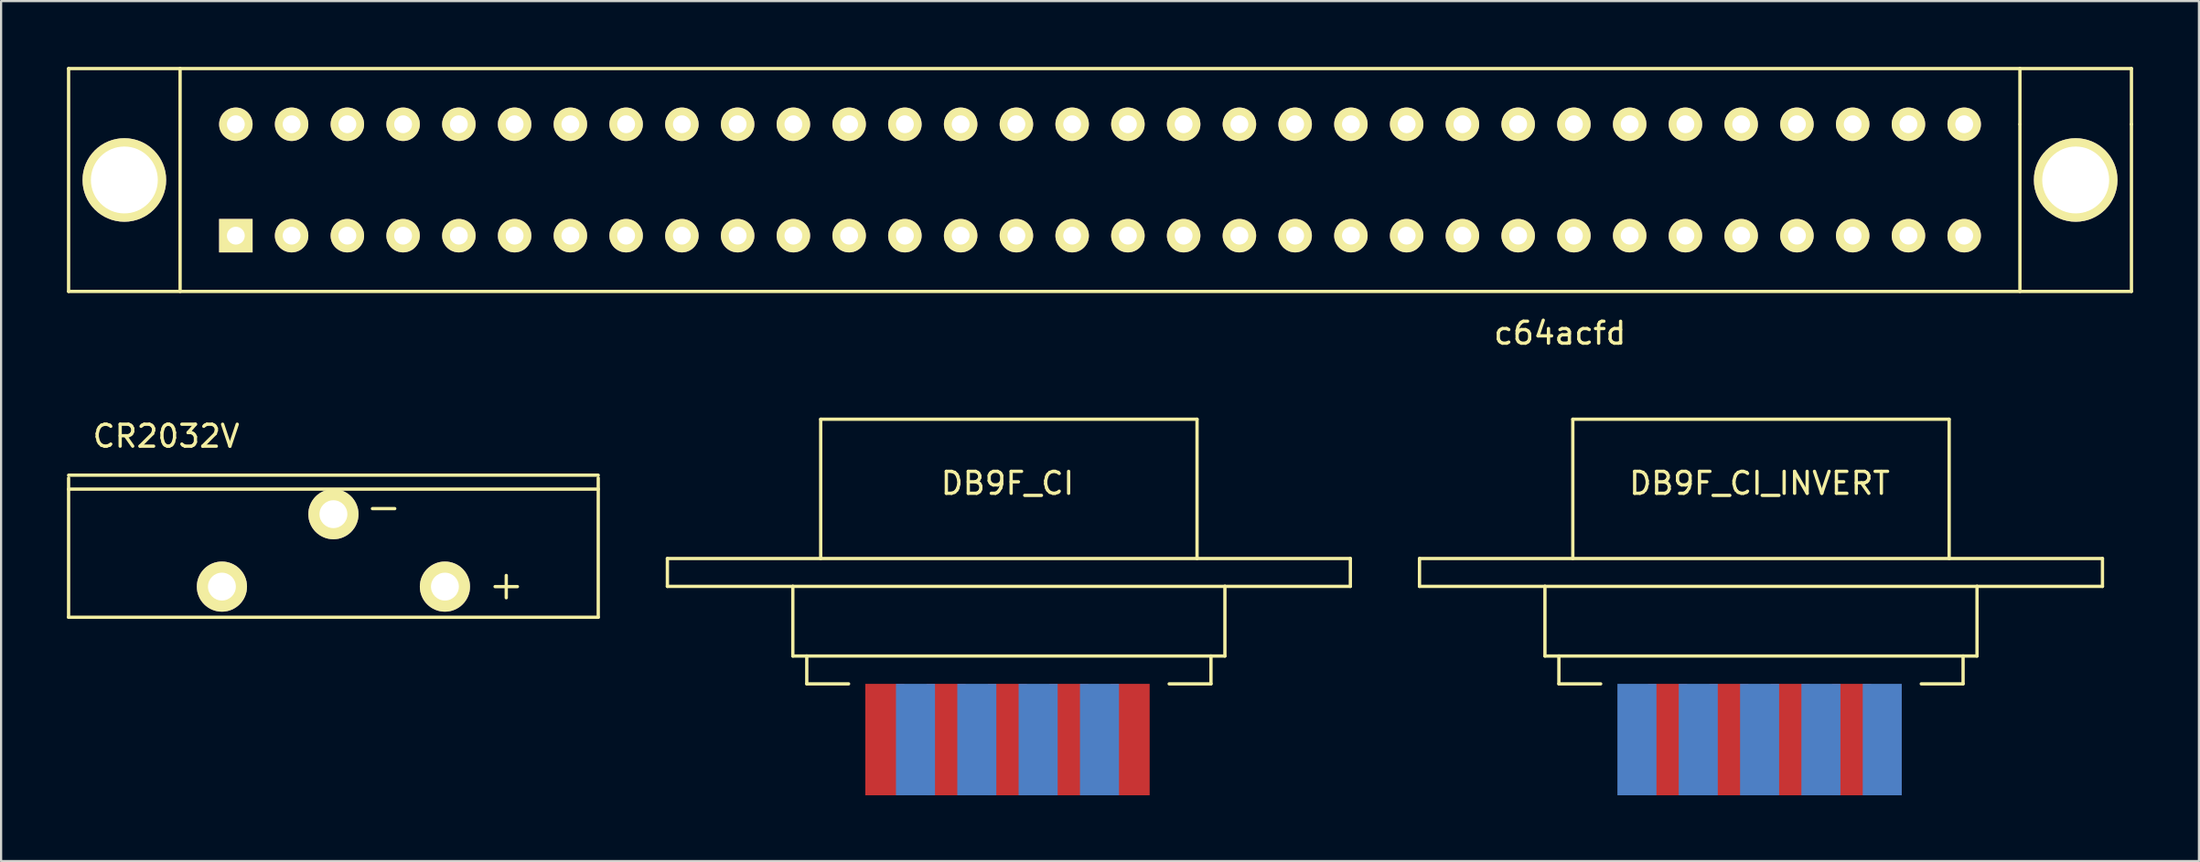
<source format=kicad_pcb>
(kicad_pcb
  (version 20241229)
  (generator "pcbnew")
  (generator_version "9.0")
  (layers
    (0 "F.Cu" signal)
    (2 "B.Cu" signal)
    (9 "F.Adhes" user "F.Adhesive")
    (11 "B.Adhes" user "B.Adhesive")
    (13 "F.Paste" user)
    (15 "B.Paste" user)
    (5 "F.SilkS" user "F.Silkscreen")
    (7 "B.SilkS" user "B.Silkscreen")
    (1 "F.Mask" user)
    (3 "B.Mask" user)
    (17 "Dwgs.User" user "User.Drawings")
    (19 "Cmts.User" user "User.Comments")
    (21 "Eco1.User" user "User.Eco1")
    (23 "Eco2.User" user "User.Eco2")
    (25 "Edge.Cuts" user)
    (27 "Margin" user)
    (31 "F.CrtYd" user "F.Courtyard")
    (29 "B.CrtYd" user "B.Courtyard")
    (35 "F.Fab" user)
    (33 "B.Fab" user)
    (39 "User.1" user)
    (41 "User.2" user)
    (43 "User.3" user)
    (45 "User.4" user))
  (footprint "CR2032V"
    (layer "F.Cu")
    (at 12.14 21.916)
    (property "Reference" "CR2032V" (at -7.62 -5.08 0) (layer "F.SilkS") (effects (font (size 1 1) (thickness 0.15))))
    (attr through_hole)
    (fp_line (start -12.065 -3.302) (end 12.065 -3.302) (stroke (width 0.15) (type solid)) (layer "F.SilkS"))
    (fp_line (start -12.065 -3.175) (end -12.065 3.175) (stroke (width 0.15) (type solid)) (layer "F.SilkS"))
    (fp_line (start -12.065 3.175) (end 12.065 3.175) (stroke (width 0.15) (type solid)) (layer "F.SilkS"))
    (fp_line (start 1.778 -1.778) (end 2.794 -1.778) (stroke (width 0.15) (type solid)) (layer "F.SilkS"))
    (fp_line (start 7.366 1.778) (end 8.382 1.778) (stroke (width 0.15) (type solid)) (layer "F.SilkS"))
    (fp_line (start 7.874 2.286) (end 7.874 1.27) (stroke (width 0.15) (type solid)) (layer "F.SilkS"))
    (fp_line (start 12.065 -2.667) (end -12.065 -2.667) (stroke (width 0.15) (type solid)) (layer "F.SilkS"))
    (fp_line (start 12.065 3.175) (end 12.065 -3.175) (stroke (width 0.15) (type solid)) (layer "F.SilkS"))
    (pad "1" thru_hole circle (at -5.08 1.778) (size 2.286 2.286) (drill 1.27) (layers "*.Cu" "*.Mask" "F.SilkS"))
    (pad "1" thru_hole circle (at 5.08 1.778) (size 2.286 2.286) (drill 1.27) (layers "*.Cu" "*.Mask" "F.SilkS"))
    (pad "2" thru_hole circle (at 0 -1.524) (size 2.286 2.286) (drill 1.27) (layers "*.Cu" "*.Mask" "F.SilkS")))
  (footprint "DB9F_CI_INVERT"
    (layer "F.Cu")
    (at 77.114 28.128)
    (property "Reference" "DB9F_CI_INVERT" (at 0 -9.144 0) (layer "F.SilkS") (effects (font (size 1 1) (thickness 0.15))))
    (attr through_hole)
    (fp_line (start -15.494 -5.715) (end 15.621 -5.715) (stroke (width 0.15) (type solid)) (layer "F.SilkS"))
    (fp_line (start -15.494 -4.445) (end -15.494 -5.715) (stroke (width 0.15) (type solid)) (layer "F.SilkS"))
    (fp_line (start -9.779 -4.445) (end -15.494 -4.445) (stroke (width 0.15) (type solid)) (layer "F.SilkS"))
    (fp_line (start -9.779 -1.27) (end -9.779 -4.445) (stroke (width 0.15) (type solid)) (layer "F.SilkS"))
    (fp_line (start -9.144 -1.27) (end -9.779 -1.27) (stroke (width 0.15) (type solid)) (layer "F.SilkS"))
    (fp_line (start -9.144 0) (end -9.144 -1.27) (stroke (width 0.15) (type solid)) (layer "F.SilkS"))
    (fp_line (start -8.509 -12.065) (end 8.636 -12.065) (stroke (width 0.15) (type solid)) (layer "F.SilkS"))
    (fp_line (start -8.509 -5.715) (end -8.509 -12.065) (stroke (width 0.15) (type solid)) (layer "F.SilkS"))
    (fp_line (start -7.239 0) (end -9.144 0) (stroke (width 0.15) (type solid)) (layer "F.SilkS"))
    (fp_line (start 7.366 0) (end 9.271 0) (stroke (width 0.15) (type solid)) (layer "F.SilkS"))
    (fp_line (start 8.636 -5.715) (end 8.636 -12.065) (stroke (width 0.15) (type solid)) (layer "F.SilkS"))
    (fp_line (start 9.271 -1.27) (end -9.144 -1.27) (stroke (width 0.15) (type solid)) (layer "F.SilkS"))
    (fp_line (start 9.271 0) (end 9.271 -1.27) (stroke (width 0.15) (type solid)) (layer "F.SilkS"))
    (fp_line (start 9.906 -4.445) (end -9.779 -4.445) (stroke (width 0.15) (type solid)) (layer "F.SilkS"))
    (fp_line (start 9.906 -1.27) (end 9.271 -1.27) (stroke (width 0.15) (type solid)) (layer "F.SilkS"))
    (fp_line (start 9.906 -1.27) (end 9.906 -4.445) (stroke (width 0.15) (type solid)) (layer "F.SilkS"))
    (fp_line (start 15.621 -4.445) (end 9.906 -4.445) (stroke (width 0.15) (type solid)) (layer "F.SilkS"))
    (fp_line (start 15.621 -4.445) (end 15.621 -5.715) (stroke (width 0.15) (type solid)) (layer "F.SilkS"))
    (pad "1" connect rect (at 5.588 2.54) (size 1.778 5.08) (layers "B.Cu" "B.Mask"))
    (pad "2" connect rect (at 2.794 2.54) (size 1.778 5.08) (layers "B.Cu" "B.Mask"))
    (pad "3" connect rect (at 0 2.54) (size 1.778 5.08) (layers "B.Cu" "B.Mask"))
    (pad "4" connect rect (at -2.794 2.54) (size 1.778 5.08) (layers "B.Cu" "B.Mask"))
    (pad "5" connect rect (at -5.588 2.54) (size 1.778 5.08) (layers "B.Cu" "B.Mask"))
    (pad "6" connect rect (at 4.191 2.54) (size 1.778 5.08) (layers "F.Cu" "F.Mask"))
    (pad "7" connect rect (at 1.397 2.54) (size 1.778 5.08) (layers "F.Cu" "F.Mask"))
    (pad "8" connect rect (at -1.397 2.54) (size 1.778 5.08) (layers "F.Cu" "F.Mask"))
    (pad "9" connect rect (at -4.191 2.54) (size 1.778 5.08) (layers "F.Cu" "F.Mask")))
  (footprint "c64acfd"
    (layer "F.Cu")
    (at 47.065 5.155)
    (property "Reference" "c64acfd" (at 20.955 6.985 0) (layer "F.SilkS") (effects (font (size 1 1) (thickness 0.15))))
    (attr through_hole)
    (fp_line (start -46.99 5.08) (end -46.99 -5.08) (stroke (width 0.15) (type solid)) (layer "F.SilkS"))
    (fp_line (start -41.91 -5.08) (end -41.91 5.08) (stroke (width 0.15) (type solid)) (layer "F.SilkS"))
    (fp_line (start 41.91 -2.54) (end 41.91 -5.08) (stroke (width 0.15) (type solid)) (layer "F.SilkS"))
    (fp_line (start 41.91 -2.54) (end 41.91 5.08) (stroke (width 0.15) (type solid)) (layer "F.SilkS"))
    (fp_line (start 46.99 -5.08) (end -46.99 -5.08) (stroke (width 0.15) (type solid)) (layer "F.SilkS"))
    (fp_line (start 46.99 -2.54) (end 46.99 -5.08) (stroke (width 0.15) (type solid)) (layer "F.SilkS"))
    (fp_line (start 46.99 -2.54) (end 46.99 5.08) (stroke (width 0.15) (type solid)) (layer "F.SilkS"))
    (fp_line (start 46.99 5.08) (end -46.99 5.08) (stroke (width 0.15) (type solid)) (layer "F.SilkS"))
    (pad "65" thru_hole circle (at 44.45 0) (size 3.81 3.81) (drill 3.048) (layers "*.Cu" "*.Mask" "F.SilkS"))
    (pad "66" thru_hole circle (at -44.45 0) (size 3.81 3.81) (drill 3.048) (layers "*.Cu" "*.Mask" "F.SilkS"))
    (pad "A1" thru_hole rect (at -39.37 2.54) (size 1.524 1.524) (drill 0.813) (layers "*.Cu" "*.Mask" "F.SilkS"))
    (pad "A2" thru_hole circle (at -36.83 2.54) (size 1.524 1.524) (drill 0.813) (layers "*.Cu" "*.Mask" "F.SilkS"))
    (pad "A3" thru_hole circle (at -34.29 2.54) (size 1.524 1.524) (drill 0.813) (layers "*.Cu" "*.Mask" "F.SilkS"))
    (pad "A4" thru_hole circle (at -31.75 2.54) (size 1.524 1.524) (drill 0.813) (layers "*.Cu" "*.Mask" "F.SilkS"))
    (pad "A5" thru_hole circle (at -29.21 2.54) (size 1.524 1.524) (drill 0.813) (layers "*.Cu" "*.Mask" "F.SilkS"))
    (pad "A6" thru_hole circle (at -26.67 2.54) (size 1.524 1.524) (drill 0.813) (layers "*.Cu" "*.Mask" "F.SilkS"))
    (pad "A7" thru_hole circle (at -24.13 2.54) (size 1.524 1.524) (drill 0.813) (layers "*.Cu" "*.Mask" "F.SilkS"))
    (pad "A8" thru_hole circle (at -21.59 2.54) (size 1.524 1.524) (drill 0.813) (layers "*.Cu" "*.Mask" "F.SilkS"))
    (pad "A9" thru_hole circle (at -19.05 2.54) (size 1.524 1.524) (drill 0.813) (layers "*.Cu" "*.Mask" "F.SilkS"))
    (pad "A10" thru_hole circle (at -16.51 2.54) (size 1.524 1.524) (drill 0.813) (layers "*.Cu" "*.Mask" "F.SilkS"))
    (pad "A11" thru_hole circle (at -13.97 2.54) (size 1.524 1.524) (drill 0.813) (layers "*.Cu" "*.Mask" "F.SilkS"))
    (pad "A12" thru_hole circle (at -11.43 2.54) (size 1.524 1.524) (drill 0.813) (layers "*.Cu" "*.Mask" "F.SilkS"))
    (pad "A13" thru_hole circle (at -8.89 2.54) (size 1.524 1.524) (drill 0.813) (layers "*.Cu" "*.Mask" "F.SilkS"))
    (pad "A14" thru_hole circle (at -6.35 2.54) (size 1.524 1.524) (drill 0.813) (layers "*.Cu" "*.Mask" "F.SilkS"))
    (pad "A15" thru_hole circle (at -3.81 2.54) (size 1.524 1.524) (drill 0.813) (layers "*.Cu" "*.Mask" "F.SilkS"))
    (pad "A16" thru_hole circle (at -1.27 2.54) (size 1.524 1.524) (drill 0.813) (layers "*.Cu" "*.Mask" "F.SilkS"))
    (pad "A17" thru_hole circle (at 1.27 2.54) (size 1.524 1.524) (drill 0.813) (layers "*.Cu" "*.Mask" "F.SilkS"))
    (pad "A18" thru_hole circle (at 3.81 2.54) (size 1.524 1.524) (drill 0.813) (layers "*.Cu" "*.Mask" "F.SilkS"))
    (pad "A19" thru_hole circle (at 6.35 2.54) (size 1.524 1.524) (drill 0.813) (layers "*.Cu" "*.Mask" "F.SilkS"))
    (pad "A20" thru_hole circle (at 8.89 2.54) (size 1.524 1.524) (drill 0.813) (layers "*.Cu" "*.Mask" "F.SilkS"))
    (pad "A21" thru_hole circle (at 11.43 2.54) (size 1.524 1.524) (drill 0.813) (layers "*.Cu" "*.Mask" "F.SilkS"))
    (pad "A22" thru_hole circle (at 13.97 2.54) (size 1.524 1.524) (drill 0.813) (layers "*.Cu" "*.Mask" "F.SilkS"))
    (pad "A23" thru_hole circle (at 16.51 2.54) (size 1.524 1.524) (drill 0.813) (layers "*.Cu" "*.Mask" "F.SilkS"))
    (pad "A24" thru_hole circle (at 19.05 2.54) (size 1.524 1.524) (drill 0.813) (layers "*.Cu" "*.Mask" "F.SilkS"))
    (pad "A25" thru_hole circle (at 21.59 2.54) (size 1.524 1.524) (drill 0.813) (layers "*.Cu" "*.Mask" "F.SilkS"))
    (pad "A26" thru_hole circle (at 24.13 2.54) (size 1.524 1.524) (drill 0.813) (layers "*.Cu" "*.Mask" "F.SilkS"))
    (pad "A27" thru_hole circle (at 26.67 2.54) (size 1.524 1.524) (drill 0.813) (layers "*.Cu" "*.Mask" "F.SilkS"))
    (pad "A28" thru_hole circle (at 29.21 2.54) (size 1.524 1.524) (drill 0.813) (layers "*.Cu" "*.Mask" "F.SilkS"))
    (pad "A29" thru_hole circle (at 31.75 2.54) (size 1.524 1.524) (drill 0.813) (layers "*.Cu" "*.Mask" "F.SilkS"))
    (pad "A30" thru_hole circle (at 34.29 2.54) (size 1.524 1.524) (drill 0.813) (layers "*.Cu" "*.Mask" "F.SilkS"))
    (pad "A31" thru_hole circle (at 36.83 2.54) (size 1.524 1.524) (drill 0.813) (layers "*.Cu" "*.Mask" "F.SilkS"))
    (pad "A32" thru_hole circle (at 39.37 2.54) (size 1.524 1.524) (drill 0.813) (layers "*.Cu" "*.Mask" "F.SilkS"))
    (pad "C1" thru_hole circle (at -39.37 -2.54) (size 1.524 1.524) (drill 0.813) (layers "*.Cu" "*.Mask" "F.SilkS"))
    (pad "C2" thru_hole circle (at -36.83 -2.54) (size 1.524 1.524) (drill 0.813) (layers "*.Cu" "*.Mask" "F.SilkS"))
    (pad "C3" thru_hole circle (at -34.29 -2.54) (size 1.524 1.524) (drill 0.813) (layers "*.Cu" "*.Mask" "F.SilkS"))
    (pad "C4" thru_hole circle (at -31.75 -2.54) (size 1.524 1.524) (drill 0.813) (layers "*.Cu" "*.Mask" "F.SilkS"))
    (pad "C5" thru_hole circle (at -29.21 -2.54) (size 1.524 1.524) (drill 0.813) (layers "*.Cu" "*.Mask" "F.SilkS"))
    (pad "C6" thru_hole circle (at -26.67 -2.54) (size 1.524 1.524) (drill 0.813) (layers "*.Cu" "*.Mask" "F.SilkS"))
    (pad "C7" thru_hole circle (at -24.13 -2.54) (size 1.524 1.524) (drill 0.813) (layers "*.Cu" "*.Mask" "F.SilkS"))
    (pad "C8" thru_hole circle (at -21.59 -2.54) (size 1.524 1.524) (drill 0.813) (layers "*.Cu" "*.Mask" "F.SilkS"))
    (pad "C9" thru_hole circle (at -19.05 -2.54) (size 1.524 1.524) (drill 0.813) (layers "*.Cu" "*.Mask" "F.SilkS"))
    (pad "C10" thru_hole circle (at -16.51 -2.54) (size 1.524 1.524) (drill 0.813) (layers "*.Cu" "*.Mask" "F.SilkS"))
    (pad "C11" thru_hole circle (at -13.97 -2.54) (size 1.524 1.524) (drill 0.813) (layers "*.Cu" "*.Mask" "F.SilkS"))
    (pad "C12" thru_hole circle (at -11.43 -2.54) (size 1.524 1.524) (drill 0.813) (layers "*.Cu" "*.Mask" "F.SilkS"))
    (pad "C13" thru_hole circle (at -8.89 -2.54) (size 1.524 1.524) (drill 0.813) (layers "*.Cu" "*.Mask" "F.SilkS"))
    (pad "C14" thru_hole circle (at -6.35 -2.54) (size 1.524 1.524) (drill 0.813) (layers "*.Cu" "*.Mask" "F.SilkS"))
    (pad "C15" thru_hole circle (at -3.81 -2.54) (size 1.524 1.524) (drill 0.813) (layers "*.Cu" "*.Mask" "F.SilkS"))
    (pad "C16" thru_hole circle (at -1.27 -2.54) (size 1.524 1.524) (drill 0.813) (layers "*.Cu" "*.Mask" "F.SilkS"))
    (pad "C17" thru_hole circle (at 1.27 -2.54) (size 1.524 1.524) (drill 0.813) (layers "*.Cu" "*.Mask" "F.SilkS"))
    (pad "C18" thru_hole circle (at 3.81 -2.54) (size 1.524 1.524) (drill 0.813) (layers "*.Cu" "*.Mask" "F.SilkS"))
    (pad "C19" thru_hole circle (at 6.35 -2.54) (size 1.524 1.524) (drill 0.813) (layers "*.Cu" "*.Mask" "F.SilkS"))
    (pad "C20" thru_hole circle (at 8.89 -2.54) (size 1.524 1.524) (drill 0.813) (layers "*.Cu" "*.Mask" "F.SilkS"))
    (pad "C21" thru_hole circle (at 11.43 -2.54) (size 1.524 1.524) (drill 0.813) (layers "*.Cu" "*.Mask" "F.SilkS"))
    (pad "C22" thru_hole circle (at 13.97 -2.54) (size 1.524 1.524) (drill 0.813) (layers "*.Cu" "*.Mask" "F.SilkS"))
    (pad "C23" thru_hole circle (at 16.51 -2.54) (size 1.524 1.524) (drill 0.813) (layers "*.Cu" "*.Mask" "F.SilkS"))
    (pad "C24" thru_hole circle (at 19.05 -2.54) (size 1.524 1.524) (drill 0.813) (layers "*.Cu" "*.Mask" "F.SilkS"))
    (pad "C25" thru_hole circle (at 21.59 -2.54) (size 1.524 1.524) (drill 0.813) (layers "*.Cu" "*.Mask" "F.SilkS"))
    (pad "C26" thru_hole circle (at 24.13 -2.54) (size 1.524 1.524) (drill 0.813) (layers "*.Cu" "*.Mask" "F.SilkS"))
    (pad "C27" thru_hole circle (at 26.67 -2.54) (size 1.524 1.524) (drill 0.813) (layers "*.Cu" "*.Mask" "F.SilkS"))
    (pad "C28" thru_hole circle (at 29.21 -2.54) (size 1.524 1.524) (drill 0.813) (layers "*.Cu" "*.Mask" "F.SilkS"))
    (pad "C29" thru_hole circle (at 31.75 -2.54) (size 1.524 1.524) (drill 0.813) (layers "*.Cu" "*.Mask" "F.SilkS"))
    (pad "C30" thru_hole circle (at 34.29 -2.54) (size 1.524 1.524) (drill 0.813) (layers "*.Cu" "*.Mask" "F.SilkS"))
    (pad "C31" thru_hole circle (at 36.83 -2.54) (size 1.524 1.524) (drill 0.813) (layers "*.Cu" "*.Mask" "F.SilkS"))
    (pad "C32" thru_hole circle (at 39.37 -2.54) (size 1.524 1.524) (drill 0.813) (layers "*.Cu" "*.Mask" "F.SilkS")))
  (footprint "DB9F_CI"
    (layer "F.Cu")
    (at 42.849 28.128)
    (property "Reference" "DB9F_CI" (at 0 -9.144 0) (layer "F.SilkS") (effects (font (size 1 1) (thickness 0.15))))
    (attr through_hole)
    (fp_line (start -15.494 -5.715) (end 15.621 -5.715) (stroke (width 0.15) (type solid)) (layer "F.SilkS"))
    (fp_line (start -15.494 -4.445) (end -15.494 -5.715) (stroke (width 0.15) (type solid)) (layer "F.SilkS"))
    (fp_line (start -9.779 -4.445) (end -15.494 -4.445) (stroke (width 0.15) (type solid)) (layer "F.SilkS"))
    (fp_line (start -9.779 -1.27) (end -9.779 -4.445) (stroke (width 0.15) (type solid)) (layer "F.SilkS"))
    (fp_line (start -9.144 -1.27) (end -9.779 -1.27) (stroke (width 0.15) (type solid)) (layer "F.SilkS"))
    (fp_line (start -9.144 0) (end -9.144 -1.27) (stroke (width 0.15) (type solid)) (layer "F.SilkS"))
    (fp_line (start -8.509 -12.065) (end 8.636 -12.065) (stroke (width 0.15) (type solid)) (layer "F.SilkS"))
    (fp_line (start -8.509 -5.715) (end -8.509 -12.065) (stroke (width 0.15) (type solid)) (layer "F.SilkS"))
    (fp_line (start -7.239 0) (end -9.144 0) (stroke (width 0.15) (type solid)) (layer "F.SilkS"))
    (fp_line (start 7.366 0) (end 9.271 0) (stroke (width 0.15) (type solid)) (layer "F.SilkS"))
    (fp_line (start 8.636 -5.715) (end 8.636 -12.065) (stroke (width 0.15) (type solid)) (layer "F.SilkS"))
    (fp_line (start 9.271 -1.27) (end -9.144 -1.27) (stroke (width 0.15) (type solid)) (layer "F.SilkS"))
    (fp_line (start 9.271 0) (end 9.271 -1.27) (stroke (width 0.15) (type solid)) (layer "F.SilkS"))
    (fp_line (start 9.906 -4.445) (end -9.779 -4.445) (stroke (width 0.15) (type solid)) (layer "F.SilkS"))
    (fp_line (start 9.906 -1.27) (end 9.271 -1.27) (stroke (width 0.15) (type solid)) (layer "F.SilkS"))
    (fp_line (start 9.906 -1.27) (end 9.906 -4.445) (stroke (width 0.15) (type solid)) (layer "F.SilkS"))
    (fp_line (start 15.621 -4.445) (end 9.906 -4.445) (stroke (width 0.15) (type solid)) (layer "F.SilkS"))
    (fp_line (start 15.621 -4.445) (end 15.621 -5.715) (stroke (width 0.15) (type solid)) (layer "F.SilkS"))
    (pad "1" connect rect (at -5.588 2.54) (size 1.778 5.08) (layers "F.Cu" "F.Mask"))
    (pad "2" connect rect (at -2.794 2.54) (size 1.778 5.08) (layers "F.Cu" "F.Mask"))
    (pad "3" connect rect (at 0 2.54) (size 1.778 5.08) (layers "F.Cu" "F.Mask"))
    (pad "4" connect rect (at 2.794 2.54) (size 1.778 5.08) (layers "F.Cu" "F.Mask"))
    (pad "5" connect rect (at 5.588 2.54) (size 1.778 5.08) (layers "F.Cu" "F.Mask"))
    (pad "6" connect rect (at -4.191 2.54) (size 1.778 5.08) (layers "B.Cu" "B.Mask"))
    (pad "7" connect rect (at -1.397 2.54) (size 1.778 5.08) (layers "B.Cu" "B.Mask"))
    (pad "8" connect rect (at 1.397 2.54) (size 1.778 5.08) (layers "B.Cu" "B.Mask"))
    (pad "9" connect rect (at 4.191 2.54) (size 1.778 5.08) (layers "B.Cu" "B.Mask")))
  (gr_rect
    (start -3 -3)
    (end 97.13 36.208)
    (stroke (width 0.1) (type default))
    (fill no)
    (layer "Edge.Cuts")))
</source>
